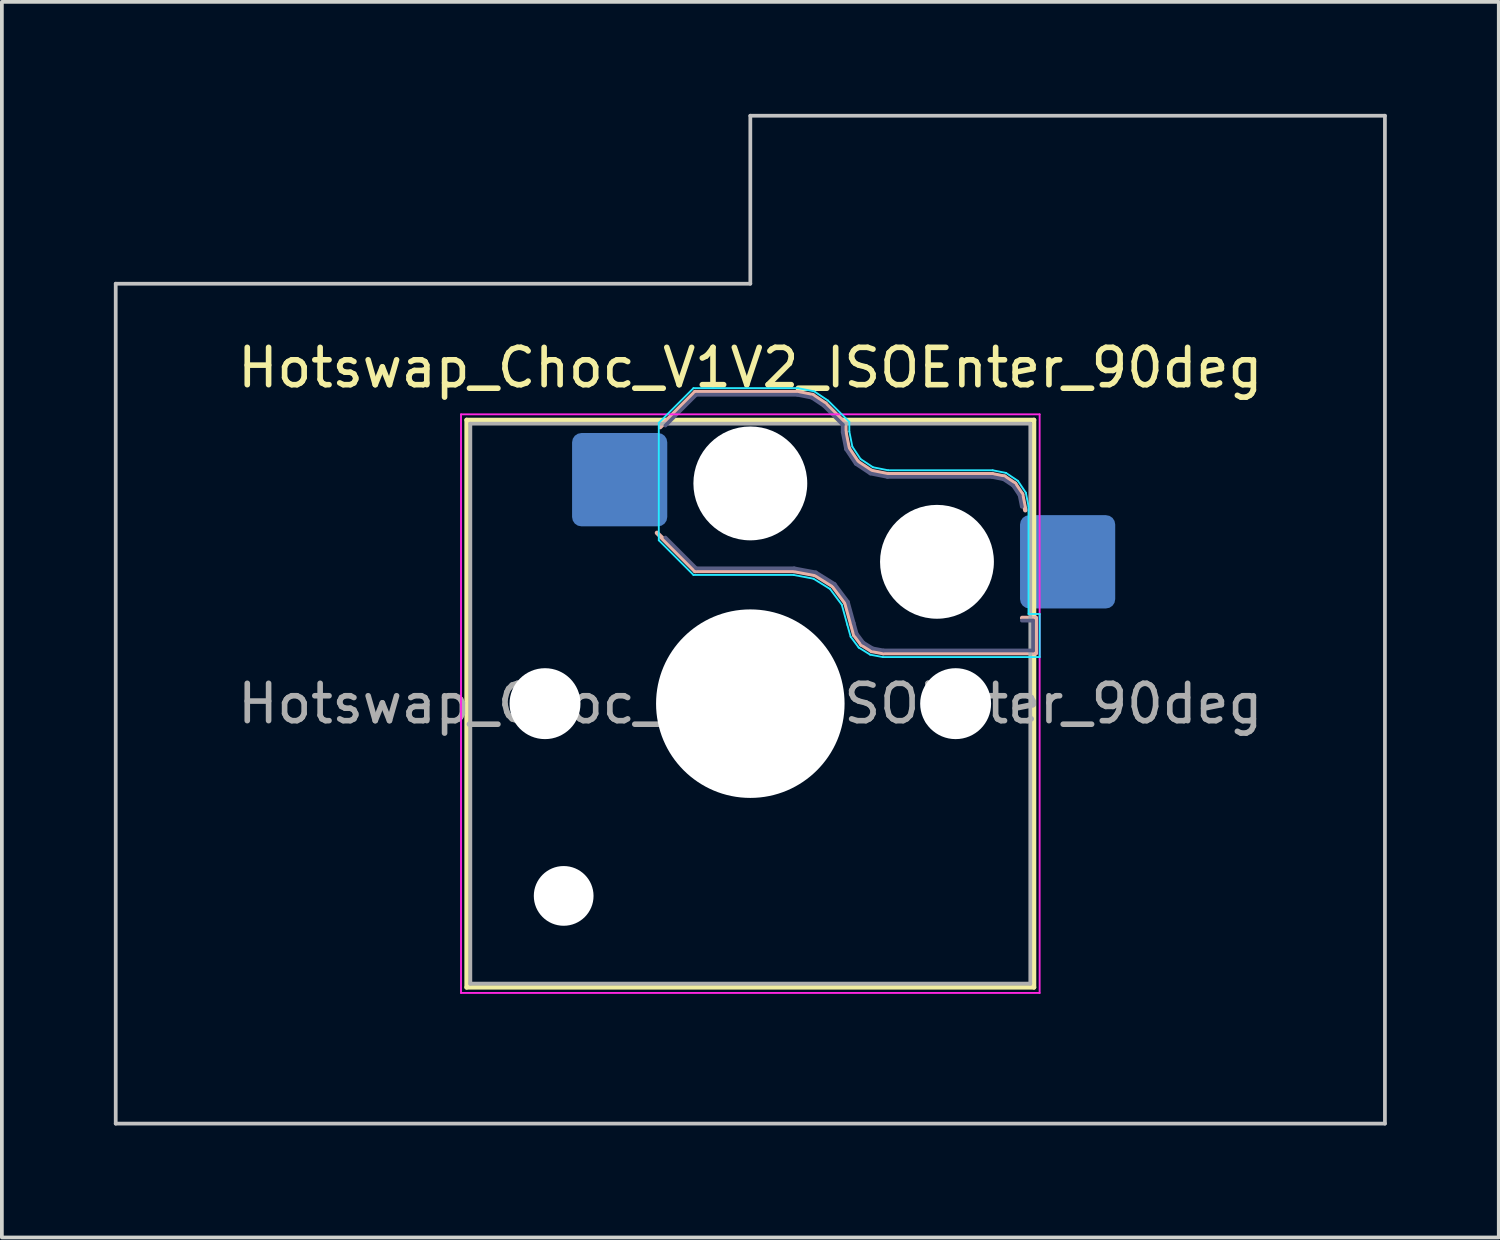
<source format=kicad_pcb>
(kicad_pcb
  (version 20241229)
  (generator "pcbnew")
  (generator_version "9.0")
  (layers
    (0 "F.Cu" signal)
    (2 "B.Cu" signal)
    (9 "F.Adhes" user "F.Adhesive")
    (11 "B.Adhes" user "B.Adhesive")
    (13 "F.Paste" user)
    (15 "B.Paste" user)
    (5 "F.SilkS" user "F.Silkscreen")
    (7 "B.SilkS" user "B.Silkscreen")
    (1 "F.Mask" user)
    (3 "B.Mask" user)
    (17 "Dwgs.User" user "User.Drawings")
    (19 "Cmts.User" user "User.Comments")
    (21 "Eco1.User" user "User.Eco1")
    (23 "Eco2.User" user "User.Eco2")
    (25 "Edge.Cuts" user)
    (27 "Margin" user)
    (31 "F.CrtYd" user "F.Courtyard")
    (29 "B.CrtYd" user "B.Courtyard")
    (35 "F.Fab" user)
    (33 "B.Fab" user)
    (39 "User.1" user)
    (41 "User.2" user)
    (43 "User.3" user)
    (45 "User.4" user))
  (footprint "Hotswap_Choc_V1V2_ISOEnter_90deg"
    (layer "F.Cu")
    (at 17.05 15.8)
    (property "Reference" "Hotswap_Choc_V1V2_ISOEnter_90deg" (at 0 -9 0) (layer "F.SilkS") (effects (font (size 1 1) (thickness 0.15))))
    (attr smd)
    (fp_line (start -7.6 -7.6) (end -7.6 7.6) (stroke (width 0.12) (type solid)) (layer "F.SilkS"))
    (fp_line (start -7.6 7.6) (end 7.6 7.6) (stroke (width 0.12) (type solid)) (layer "F.SilkS"))
    (fp_line (start 7.6 -7.6) (end -7.6 -7.6) (stroke (width 0.12) (type solid)) (layer "F.SilkS"))
    (fp_line (start 7.6 7.6) (end 7.6 -7.6) (stroke (width 0.12) (type solid)) (layer "F.SilkS"))
    (fp_line (start -2.416 -7.409) (end -1.479 -8.346) (stroke (width 0.12) (type solid)) (layer "B.SilkS"))
    (fp_line (start -1.479 -8.346) (end 1.268 -8.346) (stroke (width 0.12) (type solid)) (layer "B.SilkS"))
    (fp_line (start -1.479 -3.554) (end -2.5 -4.575) (stroke (width 0.12) (type solid)) (layer "B.SilkS"))
    (fp_line (start 1.168 -3.554) (end -1.479 -3.554) (stroke (width 0.12) (type solid)) (layer "B.SilkS"))
    (fp_line (start 1.268 -8.346) (end 1.671 -8.266) (stroke (width 0.12) (type solid)) (layer "B.SilkS"))
    (fp_line (start 1.671 -8.266) (end 2.013 -8.037) (stroke (width 0.12) (type solid)) (layer "B.SilkS"))
    (fp_line (start 1.73 -3.449) (end 1.168 -3.554) (stroke (width 0.12) (type solid)) (layer "B.SilkS"))
    (fp_line (start 2.013 -8.037) (end 2.546 -7.504) (stroke (width 0.12) (type solid)) (layer "B.SilkS"))
    (fp_line (start 2.209 -3.15) (end 1.73 -3.449) (stroke (width 0.12) (type solid)) (layer "B.SilkS"))
    (fp_line (start 2.546 -7.504) (end 2.546 -7.282) (stroke (width 0.12) (type solid)) (layer "B.SilkS"))
    (fp_line (start 2.546 -7.282) (end 2.633 -6.844) (stroke (width 0.12) (type solid)) (layer "B.SilkS"))
    (fp_line (start 2.547 -2.697) (end 2.209 -3.15) (stroke (width 0.12) (type solid)) (layer "B.SilkS"))
    (fp_line (start 2.633 -6.844) (end 2.877 -6.477) (stroke (width 0.12) (type solid)) (layer "B.SilkS"))
    (fp_line (start 2.701 -2.139) (end 2.547 -2.697) (stroke (width 0.12) (type solid)) (layer "B.SilkS"))
    (fp_line (start 2.783 -1.841) (end 2.701 -2.139) (stroke (width 0.12) (type solid)) (layer "B.SilkS"))
    (fp_line (start 2.877 -6.477) (end 3.244 -6.233) (stroke (width 0.12) (type solid)) (layer "B.SilkS"))
    (fp_line (start 2.976 -1.583) (end 2.783 -1.841) (stroke (width 0.12) (type solid)) (layer "B.SilkS"))
    (fp_line (start 3.244 -6.233) (end 3.682 -6.146) (stroke (width 0.12) (type solid)) (layer "B.SilkS"))
    (fp_line (start 3.25 -1.413) (end 2.976 -1.583) (stroke (width 0.12) (type solid)) (layer "B.SilkS"))
    (fp_line (start 3.56 -1.354) (end 3.25 -1.413) (stroke (width 0.12) (type solid)) (layer "B.SilkS"))
    (fp_line (start 3.682 -6.146) (end 6.482 -6.146) (stroke (width 0.12) (type solid)) (layer "B.SilkS"))
    (fp_line (start 6.482 -6.146) (end 6.809 -6.081) (stroke (width 0.12) (type solid)) (layer "B.SilkS"))
    (fp_line (start 6.809 -6.081) (end 7.092 -5.892) (stroke (width 0.12) (type solid)) (layer "B.SilkS"))
    (fp_line (start 7.092 -5.892) (end 7.281 -5.609) (stroke (width 0.12) (type solid)) (layer "B.SilkS"))
    (fp_line (start 7.281 -5.609) (end 7.366 -5.182) (stroke (width 0.12) (type solid)) (layer "B.SilkS"))
    (fp_line (start 7.283 -2.296) (end 7.646 -2.296) (stroke (width 0.12) (type solid)) (layer "B.SilkS"))
    (fp_line (start 7.646 -2.296) (end 7.646 -1.354) (stroke (width 0.12) (type solid)) (layer "B.SilkS"))
    (fp_line (start 7.646 -1.354) (end 3.56 -1.354) (stroke (width 0.12) (type solid)) (layer "B.SilkS"))
    (fp_line (start -17 -11.25) (end -17 11.25) (stroke (width 0.1) (type solid)) (layer "Dwgs.User"))
    (fp_line (start -17 11.25) (end 17 11.25) (stroke (width 0.1) (type solid)) (layer "Dwgs.User"))
    (fp_line (start 0 -15.75) (end 0 -11.25) (stroke (width 0.1) (type solid)) (layer "Dwgs.User"))
    (fp_line (start 0 -11.25) (end -17 -11.25) (stroke (width 0.1) (type solid)) (layer "Dwgs.User"))
    (fp_line (start 17 -15.75) (end 0 -15.75) (stroke (width 0.1) (type solid)) (layer "Dwgs.User"))
    (fp_line (start 17 11.25) (end 17 -15.75) (stroke (width 0.1) (type solid)) (layer "Dwgs.User"))
    (fp_line (start -7.25 -7.25) (end -7.25 7.25) (stroke (width 0.1) (type solid)) (layer "Eco1.User"))
    (fp_line (start -7.25 7.25) (end 7.25 7.25) (stroke (width 0.1) (type solid)) (layer "Eco1.User"))
    (fp_line (start 7.25 -7.25) (end -7.25 -7.25) (stroke (width 0.1) (type solid)) (layer "Eco1.User"))
    (fp_line (start 7.25 7.25) (end 7.25 -7.25) (stroke (width 0.1) (type solid)) (layer "Eco1.User"))
    (fp_line (start -2.452 -7.523) (end -1.523 -8.452) (stroke (width 0.05) (type solid)) (layer "B.CrtYd"))
    (fp_line (start -2.452 -4.377) (end -2.452 -7.523) (stroke (width 0.05) (type solid)) (layer "B.CrtYd"))
    (fp_line (start -1.523 -8.452) (end 1.278 -8.452) (stroke (width 0.05) (type solid)) (layer "B.CrtYd"))
    (fp_line (start -1.523 -3.448) (end -2.452 -4.377) (stroke (width 0.05) (type solid)) (layer "B.CrtYd"))
    (fp_line (start 1.159 -3.448) (end -1.523 -3.448) (stroke (width 0.05) (type solid)) (layer "B.CrtYd"))
    (fp_line (start 1.278 -8.452) (end 1.712 -8.366) (stroke (width 0.05) (type solid)) (layer "B.CrtYd"))
    (fp_line (start 1.691 -3.348) (end 1.159 -3.448) (stroke (width 0.05) (type solid)) (layer "B.CrtYd"))
    (fp_line (start 1.712 -8.366) (end 2.081 -8.119) (stroke (width 0.05) (type solid)) (layer "B.CrtYd"))
    (fp_line (start 2.081 -8.119) (end 2.652 -7.548) (stroke (width 0.05) (type solid)) (layer "B.CrtYd"))
    (fp_line (start 2.136 -3.071) (end 1.691 -3.348) (stroke (width 0.05) (type solid)) (layer "B.CrtYd"))
    (fp_line (start 2.45 -2.65) (end 2.136 -3.071) (stroke (width 0.05) (type solid)) (layer "B.CrtYd"))
    (fp_line (start 2.599 -2.111) (end 2.45 -2.65) (stroke (width 0.05) (type solid)) (layer "B.CrtYd"))
    (fp_line (start 2.652 -7.548) (end 2.652 -7.292) (stroke (width 0.05) (type solid)) (layer "B.CrtYd"))
    (fp_line (start 2.652 -7.292) (end 2.733 -6.885) (stroke (width 0.05) (type solid)) (layer "B.CrtYd"))
    (fp_line (start 2.687 -1.794) (end 2.599 -2.111) (stroke (width 0.05) (type solid)) (layer "B.CrtYd"))
    (fp_line (start 2.733 -6.885) (end 2.953 -6.553) (stroke (width 0.05) (type solid)) (layer "B.CrtYd"))
    (fp_line (start 2.903 -1.503) (end 2.687 -1.794) (stroke (width 0.05) (type solid)) (layer "B.CrtYd"))
    (fp_line (start 2.953 -6.553) (end 3.285 -6.333) (stroke (width 0.05) (type solid)) (layer "B.CrtYd"))
    (fp_line (start 3.211 -1.312) (end 2.903 -1.503) (stroke (width 0.05) (type solid)) (layer "B.CrtYd"))
    (fp_line (start 3.285 -6.333) (end 3.692 -6.252) (stroke (width 0.05) (type solid)) (layer "B.CrtYd"))
    (fp_line (start 3.55 -1.248) (end 3.211 -1.312) (stroke (width 0.05) (type solid)) (layer "B.CrtYd"))
    (fp_line (start 3.692 -6.252) (end 6.492 -6.252) (stroke (width 0.05) (type solid)) (layer "B.CrtYd"))
    (fp_line (start 6.492 -6.252) (end 6.85 -6.181) (stroke (width 0.05) (type solid)) (layer "B.CrtYd"))
    (fp_line (start 6.85 -6.181) (end 7.168 -5.968) (stroke (width 0.05) (type solid)) (layer "B.CrtYd"))
    (fp_line (start 7.168 -5.968) (end 7.381 -5.65) (stroke (width 0.05) (type solid)) (layer "B.CrtYd"))
    (fp_line (start 7.381 -5.65) (end 7.452 -5.292) (stroke (width 0.05) (type solid)) (layer "B.CrtYd"))
    (fp_line (start 7.452 -5.292) (end 7.452 -2.402) (stroke (width 0.05) (type solid)) (layer "B.CrtYd"))
    (fp_line (start 7.452 -2.402) (end 7.752 -2.402) (stroke (width 0.05) (type solid)) (layer "B.CrtYd"))
    (fp_line (start 7.752 -2.402) (end 7.752 -1.248) (stroke (width 0.05) (type solid)) (layer "B.CrtYd"))
    (fp_line (start 7.752 -1.248) (end 3.55 -1.248) (stroke (width 0.05) (type solid)) (layer "B.CrtYd"))
    (fp_line (start -7.75 -7.75) (end -7.75 7.75) (stroke (width 0.05) (type solid)) (layer "F.CrtYd"))
    (fp_line (start -7.75 7.75) (end 7.75 7.75) (stroke (width 0.05) (type solid)) (layer "F.CrtYd"))
    (fp_line (start 7.75 -7.75) (end -7.75 -7.75) (stroke (width 0.05) (type solid)) (layer "F.CrtYd"))
    (fp_line (start 7.75 7.75) (end 7.75 -7.75) (stroke (width 0.05) (type solid)) (layer "F.CrtYd"))
    (fp_line (start -2.275 -7.45) (end -1.45 -8.275) (stroke (width 0.1) (type solid)) (layer "B.Fab"))
    (fp_line (start -1.45 -8.275) (end 1.261 -8.275) (stroke (width 0.1) (type solid)) (layer "B.Fab"))
    (fp_line (start -1.45 -3.625) (end -2.275 -4.45) (stroke (width 0.1) (type solid)) (layer "B.Fab"))
    (fp_line (start 1.175 -3.625) (end -1.45 -3.625) (stroke (width 0.1) (type solid)) (layer "B.Fab"))
    (fp_line (start 1.261 -8.275) (end 1.643 -8.199) (stroke (width 0.1) (type solid)) (layer "B.Fab"))
    (fp_line (start 1.643 -8.199) (end 1.968 -7.982) (stroke (width 0.1) (type solid)) (layer "B.Fab"))
    (fp_line (start 1.756 -3.516) (end 1.175 -3.625) (stroke (width 0.1) (type solid)) (layer "B.Fab"))
    (fp_line (start 1.968 -7.982) (end 2.475 -7.475) (stroke (width 0.1) (type solid)) (layer "B.Fab"))
    (fp_line (start 2.258 -3.203) (end 1.756 -3.516) (stroke (width 0.1) (type solid)) (layer "B.Fab"))
    (fp_line (start 2.475 -7.475) (end 2.475 -7.275) (stroke (width 0.1) (type solid)) (layer "B.Fab"))
    (fp_line (start 2.475 -7.275) (end 2.566 -6.816) (stroke (width 0.1) (type solid)) (layer "B.Fab"))
    (fp_line (start 2.566 -6.816) (end 2.826 -6.426) (stroke (width 0.1) (type solid)) (layer "B.Fab"))
    (fp_line (start 2.612 -2.729) (end 2.258 -3.203) (stroke (width 0.1) (type solid)) (layer "B.Fab"))
    (fp_line (start 2.769 -2.158) (end 2.612 -2.729) (stroke (width 0.1) (type solid)) (layer "B.Fab"))
    (fp_line (start 2.826 -6.426) (end 3.216 -6.166) (stroke (width 0.1) (type solid)) (layer "B.Fab"))
    (fp_line (start 2.848 -1.873) (end 2.769 -2.158) (stroke (width 0.1) (type solid)) (layer "B.Fab"))
    (fp_line (start 3.025 -1.636) (end 2.848 -1.873) (stroke (width 0.1) (type solid)) (layer "B.Fab"))
    (fp_line (start 3.216 -6.166) (end 3.675 -6.075) (stroke (width 0.1) (type solid)) (layer "B.Fab"))
    (fp_line (start 3.276 -1.48) (end 3.025 -1.636) (stroke (width 0.1) (type solid)) (layer "B.Fab"))
    (fp_line (start 3.567 -1.425) (end 3.276 -1.48) (stroke (width 0.1) (type solid)) (layer "B.Fab"))
    (fp_line (start 3.675 -6.075) (end 6.475 -6.075) (stroke (width 0.1) (type solid)) (layer "B.Fab"))
    (fp_line (start 6.475 -6.075) (end 6.781 -6.014) (stroke (width 0.1) (type solid)) (layer "B.Fab"))
    (fp_line (start 6.781 -6.014) (end 7.041 -5.841) (stroke (width 0.1) (type solid)) (layer "B.Fab"))
    (fp_line (start 7.041 -5.841) (end 7.214 -5.581) (stroke (width 0.1) (type solid)) (layer "B.Fab"))
    (fp_line (start 7.214 -5.581) (end 7.275 -5.275) (stroke (width 0.1) (type solid)) (layer "B.Fab"))
    (fp_line (start 7.275 -2.225) (end 7.575 -2.225) (stroke (width 0.1) (type solid)) (layer "B.Fab"))
    (fp_line (start 7.575 -2.225) (end 7.575 -1.425) (stroke (width 0.1) (type solid)) (layer "B.Fab"))
    (fp_line (start 7.575 -1.425) (end 3.567 -1.425) (stroke (width 0.1) (type solid)) (layer "B.Fab"))
    (fp_line (start -7.5 -7.5) (end -7.5 7.5) (stroke (width 0.1) (type solid)) (layer "F.Fab"))
    (fp_line (start -7.5 7.5) (end 7.5 7.5) (stroke (width 0.1) (type solid)) (layer "F.Fab"))
    (fp_line (start 7.5 -7.5) (end -7.5 -7.5) (stroke (width 0.1) (type solid)) (layer "F.Fab"))
    (fp_line (start 7.5 7.5) (end 7.5 -7.5) (stroke (width 0.1) (type solid)) (layer "F.Fab"))
    (fp_text user "${REFERENCE}" (at 0 0 0) (layer "F.Fab") (effects (font (size 1 1) (thickness 0.15))))
    (pad "" np_thru_hole circle (at -5.5 0) (size 1.9 1.9) (drill 1.9) (layers "*.Cu" "*.Mask"))
    (pad "" np_thru_hole circle (at -5 5.15) (size 1.6 1.6) (drill 1.6) (layers "*.Cu" "*.Mask"))
    (pad "" np_thru_hole circle (at 0 -5.9) (size 3.05 3.05) (drill 3.05) (layers "*.Cu" "*.Mask"))
    (pad "" np_thru_hole circle (at 0 0) (size 5.05 5.05) (drill 5.05) (layers "*.Cu" "*.Mask"))
    (pad "" np_thru_hole circle (at 5 -3.8) (size 3.05 3.05) (drill 3.05) (layers "*.Cu" "*.Mask"))
    (pad "" np_thru_hole circle (at 5.5 0) (size 1.9 1.9) (drill 1.9) (layers "*.Cu" "*.Mask"))
    (pad "1" smd roundrect (at -3.5 -6) (size 2.55 2.5) (layers "B.Cu" "B.Mask" "B.Paste") (roundrect_rratio 0.1))
    (pad "2" smd roundrect (at 8.5 -3.8) (size 2.55 2.5) (layers "B.Cu" "B.Mask" "B.Paste") (roundrect_rratio 0.1)))
  (gr_rect
    (start -3 -3)
    (end 37.1 30.1)
    (stroke (width 0.1) (type default))
    (fill no)
    (layer "Edge.Cuts")))
</source>
